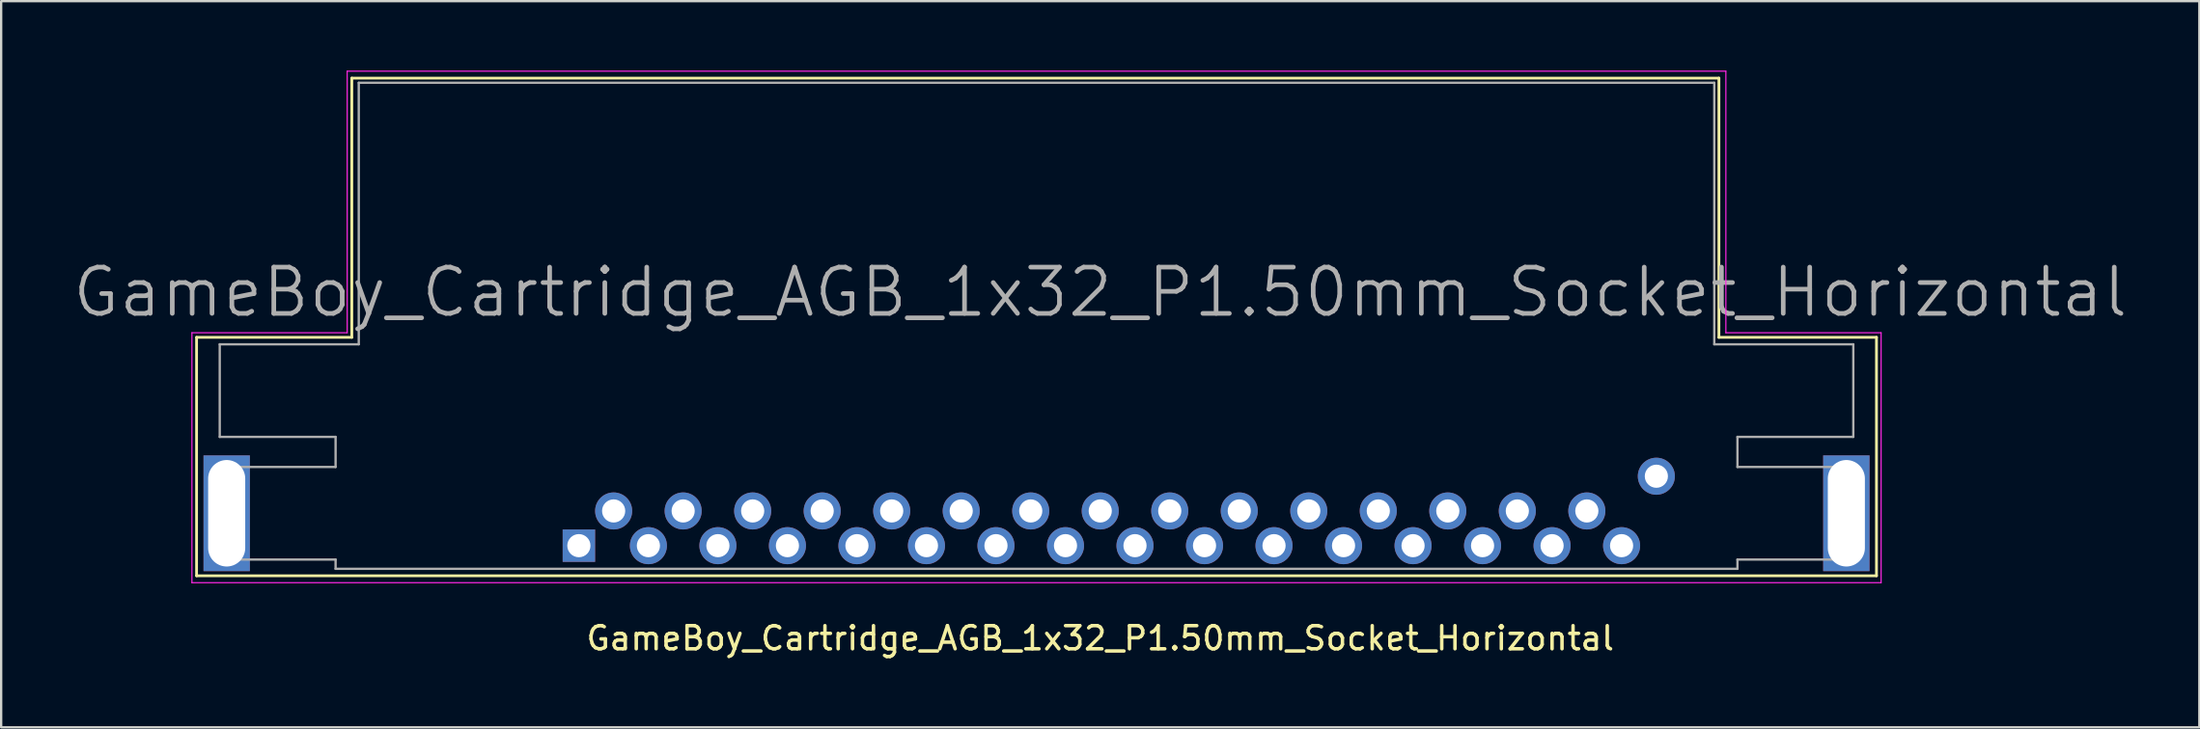
<source format=kicad_pcb>
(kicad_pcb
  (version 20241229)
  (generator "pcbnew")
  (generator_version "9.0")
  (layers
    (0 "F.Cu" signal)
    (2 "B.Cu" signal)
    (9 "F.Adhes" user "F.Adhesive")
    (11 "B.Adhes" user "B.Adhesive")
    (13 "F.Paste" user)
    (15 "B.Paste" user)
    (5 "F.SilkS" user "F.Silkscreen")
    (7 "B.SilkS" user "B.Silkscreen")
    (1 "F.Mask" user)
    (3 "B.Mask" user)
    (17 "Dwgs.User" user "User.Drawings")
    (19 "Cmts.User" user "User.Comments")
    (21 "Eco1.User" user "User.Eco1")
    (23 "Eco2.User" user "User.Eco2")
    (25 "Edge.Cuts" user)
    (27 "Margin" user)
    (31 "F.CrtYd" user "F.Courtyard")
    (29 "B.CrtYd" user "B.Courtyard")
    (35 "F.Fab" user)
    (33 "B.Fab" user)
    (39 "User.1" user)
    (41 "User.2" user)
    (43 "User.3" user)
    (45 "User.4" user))
  (footprint "GameBoy_Cartridge_AGB_1x32_P1.50mm_Socket_Horizontal"
    (layer "F.Cu")
    (at 21.933 20.525)
    (property "Reference" "GameBoy_Cartridge_AGB_1x32_P1.50mm_Socket_Horizontal" (at 22.5 4 0) (layer "F.SilkS") (effects (font (size 1 1) (thickness 0.15))))
    (attr through_hole)
    (fp_line (start -16.5 -9) (end -16.5 1.3) (stroke (width 0.12) (type solid)) (layer "F.SilkS"))
    (fp_line (start -9.8 -20.2) (end -9.8 -9) (stroke (width 0.12) (type solid)) (layer "F.SilkS"))
    (fp_line (start -9.8 -9) (end -16.5 -9) (stroke (width 0.12) (type solid)) (layer "F.SilkS"))
    (fp_line (start 49.2 -20.2) (end -9.8 -20.2) (stroke (width 0.12) (type solid)) (layer "F.SilkS"))
    (fp_line (start 49.2 -9) (end 49.2 -20.2) (stroke (width 0.12) (type solid)) (layer "F.SilkS"))
    (fp_line (start 56 -9) (end 49.2 -9) (stroke (width 0.12) (type solid)) (layer "F.SilkS"))
    (fp_line (start 56 1.3) (end -16.5 1.3) (stroke (width 0.12) (type solid)) (layer "F.SilkS"))
    (fp_line (start 56 1.3) (end 56 -9) (stroke (width 0.12) (type solid)) (layer "F.SilkS"))
    (fp_line (start -16.7 -9.2) (end -10 -9.2) (stroke (width 0.05) (type solid)) (layer "F.CrtYd"))
    (fp_line (start -16.7 1.6) (end -16.7 -9.2) (stroke (width 0.05) (type solid)) (layer "F.CrtYd"))
    (fp_line (start -10 -20.5) (end 49.5 -20.5) (stroke (width 0.05) (type solid)) (layer "F.CrtYd"))
    (fp_line (start -10 -9.2) (end -10 -20.5) (stroke (width 0.05) (type solid)) (layer "F.CrtYd"))
    (fp_line (start 49.5 -20.5) (end 49.5 -9.2) (stroke (width 0.05) (type solid)) (layer "F.CrtYd"))
    (fp_line (start 49.5 -9.2) (end 56.2 -9.2) (stroke (width 0.05) (type solid)) (layer "F.CrtYd"))
    (fp_line (start 56.2 1.6) (end -16.7 1.6) (stroke (width 0.05) (type solid)) (layer "F.CrtYd"))
    (fp_line (start 56.2 1.6) (end 56.2 -9.2) (stroke (width 0.05) (type solid)) (layer "F.CrtYd"))
    (fp_line (start -15.5 -4.7) (end -15.5 -8.7) (stroke (width 0.1) (type solid)) (layer "F.Fab"))
    (fp_line (start -15.5 0.6) (end -15.5 -3.4) (stroke (width 0.1) (type solid)) (layer "F.Fab"))
    (fp_line (start -10.5 -4.7) (end -15.5 -4.7) (stroke (width 0.1) (type solid)) (layer "F.Fab"))
    (fp_line (start -10.5 -3.4) (end -15.5 -3.4) (stroke (width 0.1) (type solid)) (layer "F.Fab"))
    (fp_line (start -10.5 -3.4) (end -10.5 -4.7) (stroke (width 0.1) (type solid)) (layer "F.Fab"))
    (fp_line (start -10.5 0.6) (end -15.5 0.6) (stroke (width 0.1) (type solid)) (layer "F.Fab"))
    (fp_line (start -10.5 1) (end -10.5 0.6) (stroke (width 0.1) (type solid)) (layer "F.Fab"))
    (fp_line (start -10.5 1) (end 50 1) (stroke (width 0.1) (type solid)) (layer "F.Fab"))
    (fp_line (start -9.5 -20) (end 49 -20) (stroke (width 0.1) (type solid)) (layer "F.Fab"))
    (fp_line (start -9.5 -8.7) (end -15.5 -8.7) (stroke (width 0.1) (type solid)) (layer "F.Fab"))
    (fp_line (start -9.5 -8.7) (end -9.5 -20) (stroke (width 0.1) (type solid)) (layer "F.Fab"))
    (fp_line (start 49 -8.7) (end 49 -20) (stroke (width 0.1) (type solid)) (layer "F.Fab"))
    (fp_line (start 49 -8.7) (end 55 -8.7) (stroke (width 0.1) (type solid)) (layer "F.Fab"))
    (fp_line (start 50 -4.7) (end 55 -4.7) (stroke (width 0.1) (type solid)) (layer "F.Fab"))
    (fp_line (start 50 -3.4) (end 50 -4.7) (stroke (width 0.1) (type solid)) (layer "F.Fab"))
    (fp_line (start 50 -3.4) (end 55 -3.4) (stroke (width 0.1) (type solid)) (layer "F.Fab"))
    (fp_line (start 50 0.6) (end 55 0.6) (stroke (width 0.1) (type solid)) (layer "F.Fab"))
    (fp_line (start 50 1) (end 50 0.6) (stroke (width 0.1) (type solid)) (layer "F.Fab"))
    (fp_line (start 55 -4.7) (end 55 -8.7) (stroke (width 0.1) (type solid)) (layer "F.Fab"))
    (fp_line (start 55 0.6) (end 55 -3.4) (stroke (width 0.1) (type solid)) (layer "F.Fab"))
    (fp_text user "${REFERENCE}" (at 22.5 -10.95 0) (layer "F.Fab") (effects (font (size 2 2) (thickness 0.2))))
    (pad "" np_thru_hole rect (at -15.2 -1.4) (size 2 5) (drill oval 1.6 4.6) (layers "*.Cu" "*.Mask"))
    (pad "" np_thru_hole rect (at 54.7 -1.4) (size 2 5) (drill oval 1.6 4.6) (layers "*.Cu" "*.Mask"))
    (pad "1" thru_hole rect (at 0 0) (size 1.4 1.4) (drill 1) (layers "*.Cu" "*.Mask"))
    (pad "2" thru_hole circle (at 1.5 -1.5) (size 1.6 1.6) (drill 1) (layers "*.Cu" "*.Mask"))
    (pad "3" thru_hole circle (at 3 0) (size 1.6 1.6) (drill 1) (layers "*.Cu" "*.Mask"))
    (pad "4" thru_hole circle (at 4.5 -1.5) (size 1.6 1.6) (drill 1) (layers "*.Cu" "*.Mask"))
    (pad "5" thru_hole circle (at 6 0) (size 1.6 1.6) (drill 1) (layers "*.Cu" "*.Mask"))
    (pad "6" thru_hole circle (at 7.5 -1.5) (size 1.6 1.6) (drill 1) (layers "*.Cu" "*.Mask"))
    (pad "7" thru_hole circle (at 9 0) (size 1.6 1.6) (drill 1) (layers "*.Cu" "*.Mask"))
    (pad "8" thru_hole circle (at 10.5 -1.5) (size 1.6 1.6) (drill 1) (layers "*.Cu" "*.Mask"))
    (pad "9" thru_hole circle (at 12 0) (size 1.6 1.6) (drill 1) (layers "*.Cu" "*.Mask"))
    (pad "10" thru_hole circle (at 13.5 -1.5) (size 1.6 1.6) (drill 1) (layers "*.Cu" "*.Mask"))
    (pad "11" thru_hole circle (at 15 0) (size 1.6 1.6) (drill 1) (layers "*.Cu" "*.Mask"))
    (pad "12" thru_hole circle (at 16.5 -1.5) (size 1.6 1.6) (drill 1) (layers "*.Cu" "*.Mask"))
    (pad "13" thru_hole circle (at 18 0) (size 1.6 1.6) (drill 1) (layers "*.Cu" "*.Mask"))
    (pad "14" thru_hole circle (at 19.5 -1.5) (size 1.6 1.6) (drill 1) (layers "*.Cu" "*.Mask"))
    (pad "15" thru_hole circle (at 21 0) (size 1.6 1.6) (drill 1) (layers "*.Cu" "*.Mask"))
    (pad "16" thru_hole circle (at 22.5 -1.5) (size 1.6 1.6) (drill 1) (layers "*.Cu" "*.Mask"))
    (pad "17" thru_hole circle (at 24 0) (size 1.6 1.6) (drill 1) (layers "*.Cu" "*.Mask"))
    (pad "18" thru_hole circle (at 25.5 -1.5) (size 1.6 1.6) (drill 1) (layers "*.Cu" "*.Mask"))
    (pad "19" thru_hole circle (at 27 0) (size 1.6 1.6) (drill 1) (layers "*.Cu" "*.Mask"))
    (pad "20" thru_hole circle (at 28.5 -1.5) (size 1.6 1.6) (drill 1) (layers "*.Cu" "*.Mask"))
    (pad "21" thru_hole circle (at 30 0) (size 1.6 1.6) (drill 1) (layers "*.Cu" "*.Mask"))
    (pad "22" thru_hole circle (at 31.5 -1.5) (size 1.6 1.6) (drill 1) (layers "*.Cu" "*.Mask"))
    (pad "23" thru_hole circle (at 33 0) (size 1.6 1.6) (drill 1) (layers "*.Cu" "*.Mask"))
    (pad "24" thru_hole circle (at 34.5 -1.5) (size 1.6 1.6) (drill 1) (layers "*.Cu" "*.Mask"))
    (pad "25" thru_hole circle (at 36 0) (size 1.6 1.6) (drill 1) (layers "*.Cu" "*.Mask"))
    (pad "26" thru_hole circle (at 37.5 -1.5) (size 1.6 1.6) (drill 1) (layers "*.Cu" "*.Mask"))
    (pad "27" thru_hole circle (at 39 0) (size 1.6 1.6) (drill 1) (layers "*.Cu" "*.Mask"))
    (pad "28" thru_hole circle (at 40.5 -1.5) (size 1.6 1.6) (drill 1) (layers "*.Cu" "*.Mask"))
    (pad "29" thru_hole circle (at 42 0) (size 1.6 1.6) (drill 1) (layers "*.Cu" "*.Mask"))
    (pad "30" thru_hole circle (at 43.5 -1.5) (size 1.6 1.6) (drill 1) (layers "*.Cu" "*.Mask"))
    (pad "31" thru_hole circle (at 45 0) (size 1.6 1.6) (drill 1) (layers "*.Cu" "*.Mask"))
    (pad "32" thru_hole circle (at 46.5 -3) (size 1.6 1.6) (drill 1) (layers "*.Cu" "*.Mask")))
  (gr_rect
    (start -3 -3)
    (end 91.867 28.373)
    (stroke (width 0.1) (type default))
    (fill no)
    (layer "Edge.Cuts")))
</source>
